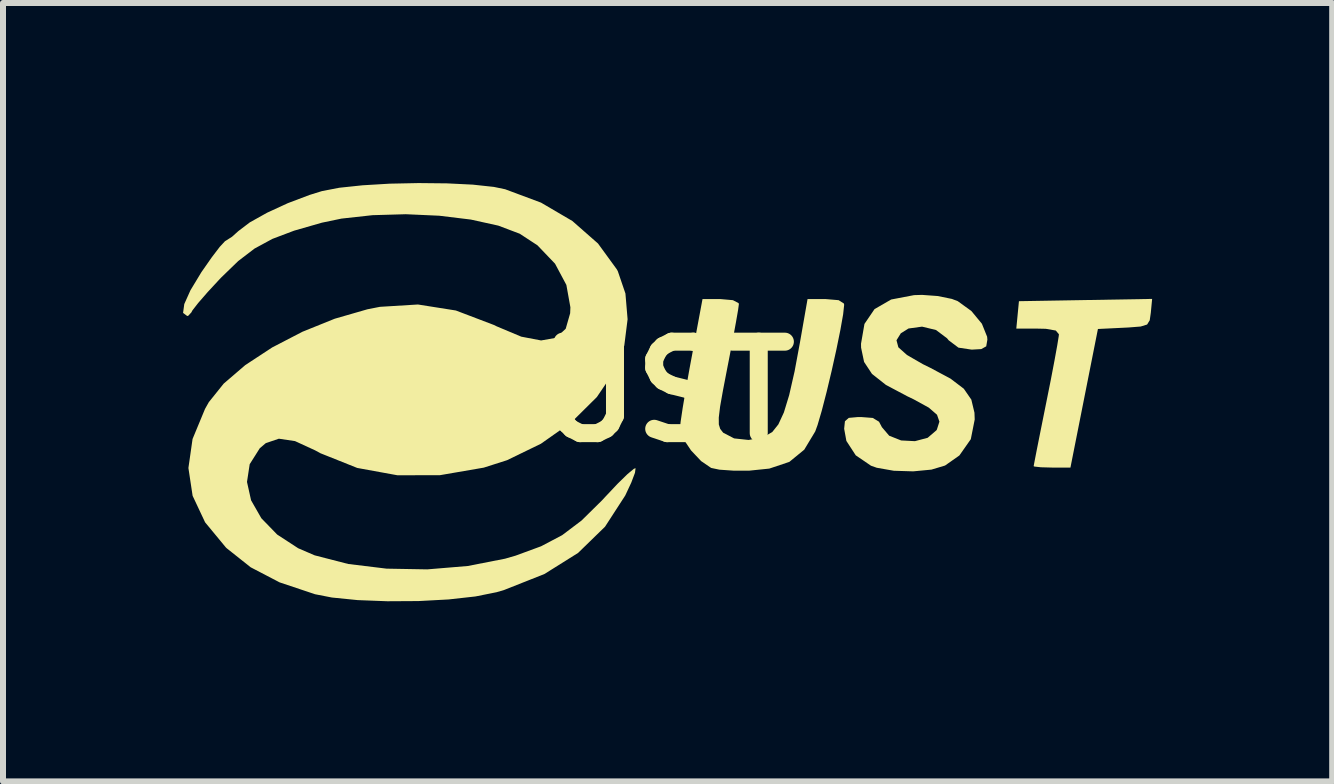
<source format=kicad_pcb>
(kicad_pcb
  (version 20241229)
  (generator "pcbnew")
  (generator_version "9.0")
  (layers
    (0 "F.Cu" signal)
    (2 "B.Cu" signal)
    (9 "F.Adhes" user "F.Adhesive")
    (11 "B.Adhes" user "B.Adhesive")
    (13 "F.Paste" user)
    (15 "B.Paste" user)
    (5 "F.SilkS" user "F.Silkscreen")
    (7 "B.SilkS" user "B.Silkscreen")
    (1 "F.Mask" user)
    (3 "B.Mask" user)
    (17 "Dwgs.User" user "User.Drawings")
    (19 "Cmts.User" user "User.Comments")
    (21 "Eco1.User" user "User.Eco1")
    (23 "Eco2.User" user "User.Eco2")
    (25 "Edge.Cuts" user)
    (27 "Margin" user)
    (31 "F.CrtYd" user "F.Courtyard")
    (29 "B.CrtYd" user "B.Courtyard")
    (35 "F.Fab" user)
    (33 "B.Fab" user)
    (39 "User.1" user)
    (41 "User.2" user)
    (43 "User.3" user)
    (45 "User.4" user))
  (footprint "UST"
    (layer "F.Cu")
    (at 8.067 3.477)
    (property "Reference" "UST" (at 0 0 0) (layer "F.SilkS") (effects (font (size 1.524 1.524) (thickness 0.3))))
    (attr through_hole)
    (fp_poly (pts (xy 8.056 -1.317) (xy 8.038 -1.191) (xy 7.994 -1.12) (xy 7.887 -1.087) (xy 7.684 -1.071) (xy 7.604 -1.067) (xy 7.175 -1.046) (xy 6.717 1.263) (xy 6.411 1.263) (xy 6.226 1.258) (xy 6.117 1.246) (xy 6.104 1.239) (xy 6.118 1.165) (xy 6.154 0.979) (xy 6.209 0.703) (xy 6.277 0.364) (xy 6.315 0.175) (xy 6.389 -0.194) (xy 6.451 -0.519) (xy 6.497 -0.772) (xy 6.522 -0.927) (xy 6.525 -0.958) (xy 6.473 -1.02) (xy 6.307 -1.049) (xy 6.17 -1.052) (xy 5.815 -1.052) (xy 5.859 -1.509) (xy 6.969 -1.528) (xy 8.078 -1.547)) (stroke (width 0) (type solid)) (fill yes) (layer "F.SilkS"))
    (fp_poly (pts (xy 1.094 -1.526) (xy 1.189 -1.476) (xy 1.193 -1.46) (xy 1.18 -1.364) (xy 1.144 -1.157) (xy 1.091 -0.868) (xy 1.025 -0.524) (xy 1.002 -0.407) (xy 0.928 -0.023) (xy 0.88 0.248) (xy 0.858 0.43) (xy 0.859 0.545) (xy 0.882 0.619) (xy 0.926 0.675) (xy 0.933 0.683) (xy 1.114 0.777) (xy 1.355 0.803) (xy 1.595 0.759) (xy 1.749 0.671) (xy 1.851 0.543) (xy 1.943 0.344) (xy 2.031 0.056) (xy 2.121 -0.339) (xy 2.211 -0.824) (xy 2.337 -1.544) (xy 2.642 -1.544) (xy 2.855 -1.526) (xy 2.943 -1.47) (xy 2.947 -1.448) (xy 2.93 -1.29) (xy 2.884 -1.03) (xy 2.818 -0.706) (xy 2.739 -0.35) (xy 2.655 0.002) (xy 2.574 0.315) (xy 2.504 0.554) (xy 2.465 0.661) (xy 2.282 0.965) (xy 2.034 1.168) (xy 1.7 1.28) (xy 1.369 1.314) (xy 1.099 1.314) (xy 0.869 1.298) (xy 0.731 1.269) (xy 0.564 1.155) (xy 0.396 0.977) (xy 0.266 0.783) (xy 0.211 0.62) (xy 0.21 0.615) (xy 0.223 0.496) (xy 0.257 0.268) (xy 0.309 -0.04) (xy 0.373 -0.398) (xy 0.399 -0.537) (xy 0.587 -1.544) (xy 0.89 -1.544)) (stroke (width 0) (type solid)) (fill yes) (layer "F.SilkS"))
    (fp_poly (pts (xy 4.506 -1.595) (xy 4.741 -1.547) (xy 4.839 -1.51) (xy 5.067 -1.345) (xy 5.242 -1.133) (xy 5.329 -0.917) (xy 5.333 -0.868) (xy 5.314 -0.757) (xy 5.231 -0.711) (xy 5.072 -0.702) (xy 4.851 -0.735) (xy 4.689 -0.857) (xy 4.661 -0.891) (xy 4.477 -1.029) (xy 4.245 -1.085) (xy 4.019 -1.054) (xy 3.891 -0.974) (xy 3.819 -0.858) (xy 3.85 -0.741) (xy 3.993 -0.613) (xy 4.258 -0.46) (xy 4.382 -0.399) (xy 4.719 -0.219) (xy 4.94 -0.051) (xy 5.066 0.131) (xy 5.118 0.349) (xy 5.122 0.462) (xy 5.057 0.79) (xy 4.867 1.061) (xy 4.628 1.229) (xy 4.401 1.297) (xy 4.097 1.326) (xy 3.774 1.316) (xy 3.49 1.266) (xy 3.394 1.232) (xy 3.14 1.059) (xy 2.984 0.819) (xy 2.947 0.616) (xy 2.96 0.491) (xy 3.024 0.435) (xy 3.18 0.421) (xy 3.229 0.421) (xy 3.424 0.436) (xy 3.528 0.499) (xy 3.576 0.59) (xy 3.697 0.732) (xy 3.896 0.811) (xy 4.126 0.823) (xy 4.338 0.767) (xy 4.485 0.641) (xy 4.492 0.629) (xy 4.534 0.498) (xy 4.494 0.383) (xy 4.358 0.265) (xy 4.109 0.128) (xy 3.995 0.073) (xy 3.643 -0.114) (xy 3.411 -0.297) (xy 3.279 -0.497) (xy 3.229 -0.735) (xy 3.228 -0.801) (xy 3.285 -1.13) (xy 3.453 -1.377) (xy 3.73 -1.537) (xy 4.112 -1.61) (xy 4.245 -1.614)) (stroke (width 0) (type solid)) (fill yes) (layer "F.SilkS"))
    (fp_poly (pts (xy -3.671 -3.472) (xy -3.241 -3.451) (xy -2.889 -3.413) (xy -2.701 -3.374) (xy -2.103 -3.151) (xy -1.581 -2.845) (xy -1.154 -2.47) (xy -0.841 -2.04) (xy -0.824 -2.009) (xy -0.697 -1.637) (xy -0.661 -1.208) (xy -0.716 -0.771) (xy -0.859 -0.375) (xy -1.173 0.088) (xy -1.597 0.508) (xy -2.105 0.866) (xy -2.669 1.14) (xy -3.057 1.264) (xy -3.789 1.39) (xy -4.497 1.391) (xy -5.166 1.269) (xy -5.779 1.024) (xy -5.867 0.976) (xy -6.202 0.822) (xy -6.471 0.782) (xy -6.689 0.856) (xy -6.789 0.941) (xy -6.957 1.207) (xy -7.002 1.502) (xy -6.934 1.808) (xy -6.763 2.107) (xy -6.499 2.379) (xy -6.149 2.607) (xy -5.875 2.725) (xy -5.316 2.869) (xy -4.676 2.947) (xy -3.999 2.959) (xy -3.326 2.903) (xy -2.702 2.781) (xy -2.526 2.73) (xy -2.102 2.574) (xy -1.751 2.389) (xy -1.428 2.145) (xy -1.09 1.812) (xy -1.025 1.742) (xy -0.826 1.531) (xy -0.662 1.371) (xy -0.556 1.283) (xy -0.528 1.273) (xy -0.538 1.35) (xy -0.6 1.514) (xy -0.7 1.728) (xy -1.037 2.248) (xy -1.486 2.685) (xy -2.046 3.036) (xy -2.717 3.302) (xy -2.842 3.339) (xy -3.195 3.41) (xy -3.643 3.46) (xy -4.146 3.487) (xy -4.664 3.49) (xy -5.158 3.471) (xy -5.587 3.428) (xy -5.869 3.373) (xy -6.46 3.175) (xy -6.941 2.924) (xy -7.339 2.608) (xy -7.353 2.595) (xy -7.7 2.175) (xy -7.908 1.733) (xy -7.978 1.27) (xy -7.909 0.787) (xy -7.701 0.285) (xy -7.638 0.173) (xy -7.39 -0.136) (xy -7.03 -0.445) (xy -6.583 -0.738) (xy -6.078 -1) (xy -5.54 -1.217) (xy -4.996 -1.374) (xy -4.788 -1.415) (xy -4.154 -1.454) (xy -3.522 -1.354) (xy -2.889 -1.113) (xy -2.842 -1.09) (xy -2.432 -0.918) (xy -2.102 -0.855) (xy -1.854 -0.899) (xy -1.692 -1.05) (xy -1.618 -1.308) (xy -1.614 -1.407) (xy -1.681 -1.78) (xy -1.87 -2.134) (xy -2.163 -2.44) (xy -2.458 -2.633) (xy -2.815 -2.768) (xy -3.273 -2.869) (xy -3.799 -2.933) (xy -4.356 -2.958) (xy -4.911 -2.942) (xy -5.428 -2.885) (xy -5.754 -2.817) (xy -6.217 -2.684) (xy -6.579 -2.547) (xy -6.876 -2.386) (xy -7.147 -2.179) (xy -7.428 -1.907) (xy -7.455 -1.879) (xy -7.657 -1.661) (xy -7.816 -1.478) (xy -7.911 -1.356) (xy -7.929 -1.322) (xy -7.982 -1.265) (xy -7.999 -1.263) (xy -8.067 -1.314) (xy -8.047 -1.461) (xy -7.944 -1.691) (xy -7.762 -1.992) (xy -7.748 -2.012) (xy -7.591 -2.237) (xy -7.457 -2.413) (xy -7.368 -2.509) (xy -7.354 -2.517) (xy -7.251 -2.583) (xy -7.146 -2.677) (xy -6.955 -2.822) (xy -6.667 -2.983) (xy -6.322 -3.142) (xy -5.96 -3.279) (xy -5.754 -3.343) (xy -5.464 -3.399) (xy -5.076 -3.44) (xy -4.624 -3.467) (xy -4.144 -3.477)) (stroke (width 0) (type solid)) (fill yes) (layer "F.SilkS")))
  (gr_rect
    (start -3 -3)
    (end 19.145 9.968)
    (stroke (width 0.1) (type default))
    (fill no)
    (layer "Edge.Cuts")))
</source>
